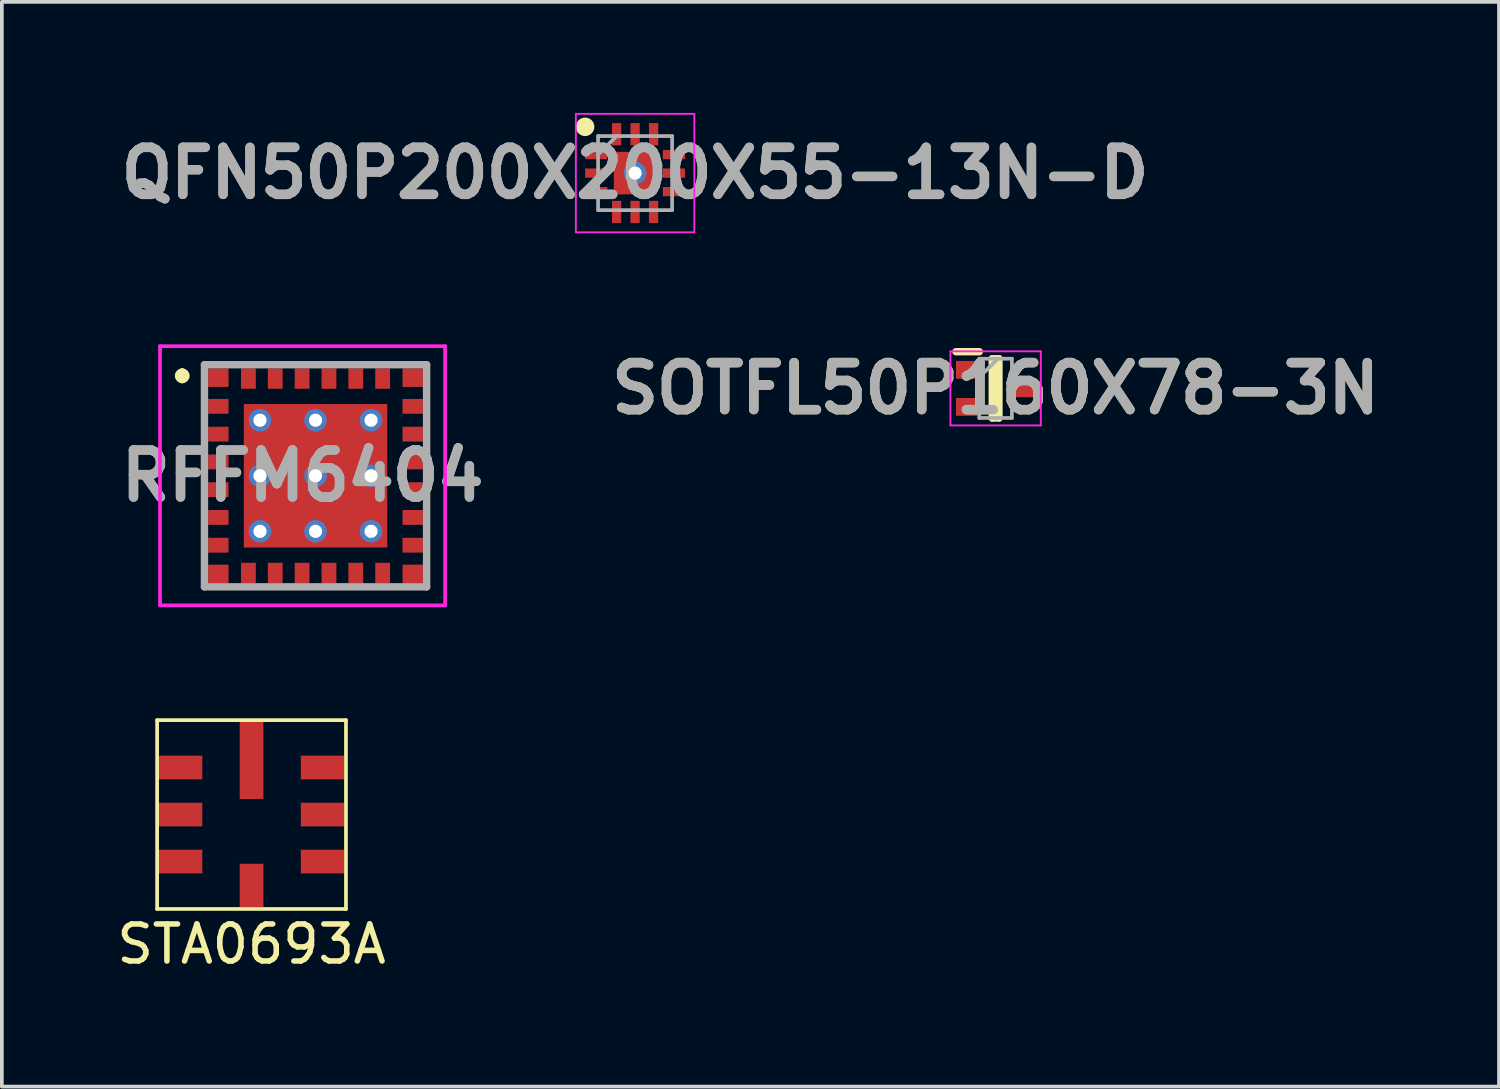
<source format=kicad_pcb>
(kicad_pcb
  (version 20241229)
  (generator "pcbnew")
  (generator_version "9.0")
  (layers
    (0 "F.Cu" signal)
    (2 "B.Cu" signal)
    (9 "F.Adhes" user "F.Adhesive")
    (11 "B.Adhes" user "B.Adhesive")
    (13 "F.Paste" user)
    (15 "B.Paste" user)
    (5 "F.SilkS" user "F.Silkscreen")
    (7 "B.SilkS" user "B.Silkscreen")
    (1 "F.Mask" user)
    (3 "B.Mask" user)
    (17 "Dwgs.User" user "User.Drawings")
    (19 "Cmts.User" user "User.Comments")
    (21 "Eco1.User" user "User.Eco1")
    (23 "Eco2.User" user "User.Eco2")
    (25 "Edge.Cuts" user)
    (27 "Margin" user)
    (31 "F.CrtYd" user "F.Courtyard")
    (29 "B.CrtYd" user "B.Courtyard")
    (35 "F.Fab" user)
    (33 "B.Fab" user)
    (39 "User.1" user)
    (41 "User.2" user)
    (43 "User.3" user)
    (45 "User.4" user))
  (footprint "QFN50P200X200X55-13N-D"
    (layer "F.Cu")
    (at 14.103 1.625)
    (property "Reference" "QFN50P200X200X55-13N-D" (at 0 0 0) (layer "F.Fab") (effects (font (size 1.27 1.27) (thickness 0.254))))
    (attr smd)
    (fp_poly (pts (xy -0.025 0.575) (xy -0.575 0.575) (xy -0.575 0.025)) (stroke (width 0.025) (type solid)) (fill yes) (layer "F.Mask"))
    (fp_poly (pts (xy 0.025 -0.575) (xy 0.575 -0.575) (xy 0.575 -0.025)) (stroke (width 0.025) (type solid)) (fill yes) (layer "F.Mask"))
    (fp_poly (pts (xy 0.575 0.025) (xy 0.575 0.575) (xy 0.025 0.575)) (stroke (width 0.025) (type solid)) (fill yes) (layer "F.Mask"))
    (fp_poly (pts (xy -0.77 -0.125) (xy -1.35 -0.125) (xy -1.35 0.125) (xy -0.77 0.125)) (stroke (width 0.025) (type solid)) (fill yes) (layer "F.Mask"))
    (fp_poly (pts (xy -0.767 -0.375) (xy -1.35 -0.375) (xy -1.35 -0.625) (xy -0.917 -0.625)) (stroke (width 0.025) (type solid)) (fill yes) (layer "F.Mask"))
    (fp_poly (pts (xy -0.767 0.375) (xy -1.35 0.375) (xy -1.35 0.625) (xy -0.917 0.625)) (stroke (width 0.025) (type solid)) (fill yes) (layer "F.Mask"))
    (fp_poly (pts (xy -0.375 -0.767) (xy -0.375 -1.35) (xy -0.625 -1.35) (xy -0.625 -0.917)) (stroke (width 0.025) (type solid)) (fill yes) (layer "F.Mask"))
    (fp_poly (pts (xy -0.375 0.775) (xy -0.375 1.358) (xy -0.625 1.358) (xy -0.625 0.925)) (stroke (width 0.025) (type solid)) (fill yes) (layer "F.Mask"))
    (fp_poly (pts (xy 0.125 -0.77) (xy 0.125 -1.35) (xy -0.125 -1.35) (xy -0.125 -0.77)) (stroke (width 0.025) (type solid)) (fill yes) (layer "F.Mask"))
    (fp_poly (pts (xy 0.125 1.355) (xy 0.125 0.775) (xy -0.125 0.775) (xy -0.125 1.355)) (stroke (width 0.025) (type solid)) (fill yes) (layer "F.Mask"))
    (fp_poly (pts (xy 0.375 -0.767) (xy 0.375 -1.35) (xy 0.625 -1.35) (xy 0.625 -0.917)) (stroke (width 0.025) (type solid)) (fill yes) (layer "F.Mask"))
    (fp_poly (pts (xy 0.375 0.775) (xy 0.375 1.358) (xy 0.625 1.358) (xy 0.625 0.925)) (stroke (width 0.025) (type solid)) (fill yes) (layer "F.Mask"))
    (fp_poly (pts (xy 0.767 -0.375) (xy 1.35 -0.375) (xy 1.35 -0.625) (xy 0.917 -0.625)) (stroke (width 0.025) (type solid)) (fill yes) (layer "F.Mask"))
    (fp_poly (pts (xy 0.767 0.375) (xy 1.35 0.375) (xy 1.35 0.625) (xy 0.917 0.625)) (stroke (width 0.025) (type solid)) (fill yes) (layer "F.Mask"))
    (fp_poly (pts (xy 1.35 -0.125) (xy 0.77 -0.125) (xy 0.77 0.125) (xy 1.35 0.125)) (stroke (width 0.025) (type solid)) (fill yes) (layer "F.Mask"))
    (fp_circle (center -1.35 -1.25) (end -1.35 -1.125) (stroke (width 0.25) (type solid)) (fill no) (layer "F.SilkS"))
    (fp_poly (pts (xy -0.025 0.575) (xy -0.575 0.575) (xy -0.575 0.025)) (stroke (width 0.025) (type solid)) (fill yes) (layer "F.Paste"))
    (fp_poly (pts (xy 0.025 -0.575) (xy 0.575 -0.575) (xy 0.575 -0.025)) (stroke (width 0.025) (type solid)) (fill yes) (layer "F.Paste"))
    (fp_poly (pts (xy 0.575 0.025) (xy 0.575 0.575) (xy 0.025 0.575)) (stroke (width 0.025) (type solid)) (fill yes) (layer "F.Paste"))
    (fp_poly (pts (xy -0.77 -0.125) (xy -1.35 -0.125) (xy -1.35 0.125) (xy -0.77 0.125)) (stroke (width 0.025) (type solid)) (fill yes) (layer "F.Paste"))
    (fp_poly (pts (xy -0.767 -0.375) (xy -1.35 -0.375) (xy -1.35 -0.625) (xy -0.917 -0.625)) (stroke (width 0.025) (type solid)) (fill yes) (layer "F.Paste"))
    (fp_poly (pts (xy -0.767 0.375) (xy -1.35 0.375) (xy -1.35 0.625) (xy -0.917 0.625)) (stroke (width 0.025) (type solid)) (fill yes) (layer "F.Paste"))
    (fp_poly (pts (xy -0.375 -0.767) (xy -0.375 -1.35) (xy -0.625 -1.35) (xy -0.625 -0.917)) (stroke (width 0.025) (type solid)) (fill yes) (layer "F.Paste"))
    (fp_poly (pts (xy -0.375 0.775) (xy -0.375 1.358) (xy -0.625 1.358) (xy -0.625 0.925)) (stroke (width 0.025) (type solid)) (fill yes) (layer "F.Paste"))
    (fp_poly (pts (xy 0.125 -0.77) (xy 0.125 -1.35) (xy -0.125 -1.35) (xy -0.125 -0.77)) (stroke (width 0.025) (type solid)) (fill yes) (layer "F.Paste"))
    (fp_poly (pts (xy 0.125 1.355) (xy 0.125 0.775) (xy -0.125 0.775) (xy -0.125 1.355)) (stroke (width 0.025) (type solid)) (fill yes) (layer "F.Paste"))
    (fp_poly (pts (xy 0.375 -0.767) (xy 0.375 -1.35) (xy 0.625 -1.35) (xy 0.625 -0.917)) (stroke (width 0.025) (type solid)) (fill yes) (layer "F.Paste"))
    (fp_poly (pts (xy 0.375 0.775) (xy 0.375 1.358) (xy 0.625 1.358) (xy 0.625 0.925)) (stroke (width 0.025) (type solid)) (fill yes) (layer "F.Paste"))
    (fp_poly (pts (xy 0.767 -0.375) (xy 1.35 -0.375) (xy 1.35 -0.625) (xy 0.917 -0.625)) (stroke (width 0.025) (type solid)) (fill yes) (layer "F.Paste"))
    (fp_poly (pts (xy 0.767 0.375) (xy 1.35 0.375) (xy 1.35 0.625) (xy 0.917 0.625)) (stroke (width 0.025) (type solid)) (fill yes) (layer "F.Paste"))
    (fp_poly (pts (xy 1.35 -0.125) (xy 0.77 -0.125) (xy 0.77 0.125) (xy 1.35 0.125)) (stroke (width 0.025) (type solid)) (fill yes) (layer "F.Paste"))
    (fp_line (start -1.6 -1.6) (end 1.6 -1.6) (stroke (width 0.05) (type solid)) (layer "F.CrtYd"))
    (fp_line (start -1.6 1.6) (end -1.6 -1.6) (stroke (width 0.05) (type solid)) (layer "F.CrtYd"))
    (fp_line (start 1.6 -1.6) (end 1.6 1.6) (stroke (width 0.05) (type solid)) (layer "F.CrtYd"))
    (fp_line (start 1.6 1.6) (end -1.6 1.6) (stroke (width 0.05) (type solid)) (layer "F.CrtYd"))
    (fp_line (start -1 -1) (end 1 -1) (stroke (width 0.1) (type solid)) (layer "F.Fab"))
    (fp_line (start -1 -0.5) (end -0.5 -1) (stroke (width 0.1) (type solid)) (layer "F.Fab"))
    (fp_line (start -1 1) (end -1 -1) (stroke (width 0.1) (type solid)) (layer "F.Fab"))
    (fp_line (start 1 -1) (end 1 1) (stroke (width 0.1) (type solid)) (layer "F.Fab"))
    (fp_line (start 1 1) (end -1 1) (stroke (width 0.1) (type solid)) (layer "F.Fab"))
    (fp_text user "${REFERENCE}" (at 0 0 0) (layer "F.Fab") (effects (font (size 1.27 1.27) (thickness 0.254))))
    (pad "1" smd rect (at -1.05 -0.5 90) (size 0.25 0.6) (layers "F.Cu"))
    (pad "2" smd rect (at -1.05 0 90) (size 0.25 0.6) (layers "F.Cu"))
    (pad "3" smd rect (at -1.05 0.5 90) (size 0.25 0.6) (layers "F.Cu"))
    (pad "4" smd rect (at -0.5 1.05) (size 0.25 0.6) (layers "F.Cu"))
    (pad "5" smd rect (at 0 1.05) (size 0.25 0.6) (layers "F.Cu"))
    (pad "6" smd rect (at 0.5 1.05) (size 0.25 0.6) (layers "F.Cu"))
    (pad "7" smd rect (at 1.05 0.5 90) (size 0.25 0.6) (layers "F.Cu"))
    (pad "8" smd rect (at 1.05 0 90) (size 0.25 0.6) (layers "F.Cu"))
    (pad "9" smd rect (at 1.05 -0.5 90) (size 0.25 0.6) (layers "F.Cu"))
    (pad "10" smd rect (at 0.5 -1.05) (size 0.25 0.6) (layers "F.Cu"))
    (pad "11" smd rect (at 0 -1.05) (size 0.25 0.6) (layers "F.Cu"))
    (pad "12" smd rect (at -0.5 -1.05) (size 0.25 0.6) (layers "F.Cu"))
    (pad "13" thru_hole circle (at 0 0) (size 0.61 0.61) (drill 0.356) (layers "*.Cu" "B.Mask"))
    (pad "13" smd rect (at 0 0) (size 1.15 1.15) (layers "F.Cu")))
  (footprint "SOTFL50P160X78-3N"
    (layer "F.Cu")
    (at 23.84 7.439)
    (property "Reference" "SOTFL50P160X78-3N" (at 0 0 0) (layer "F.SilkS") (effects (font (size 1.27 1.27) (thickness 0.254))))
    (attr smd)
    (fp_line (start -1.07 -0.99) (end -0.44 -0.99) (stroke (width 0.2) (type solid)) (layer "F.SilkS"))
    (fp_line (start -0.09 -0.8) (end 0.09 -0.8) (stroke (width 0.2) (type solid)) (layer "F.SilkS"))
    (fp_line (start -0.09 0.8) (end -0.09 -0.8) (stroke (width 0.2) (type solid)) (layer "F.SilkS"))
    (fp_line (start 0.09 -0.8) (end 0.09 0.8) (stroke (width 0.2) (type solid)) (layer "F.SilkS"))
    (fp_line (start 0.09 0.8) (end -0.09 0.8) (stroke (width 0.2) (type solid)) (layer "F.SilkS"))
    (fp_line (start -1.22 -1) (end 1.22 -1) (stroke (width 0.05) (type solid)) (layer "F.CrtYd"))
    (fp_line (start -1.22 1) (end -1.22 -1) (stroke (width 0.05) (type solid)) (layer "F.CrtYd"))
    (fp_line (start 1.22 -1) (end 1.22 1) (stroke (width 0.05) (type solid)) (layer "F.CrtYd"))
    (fp_line (start 1.22 1) (end -1.22 1) (stroke (width 0.05) (type solid)) (layer "F.CrtYd"))
    (fp_line (start -0.44 -0.8) (end 0.44 -0.8) (stroke (width 0.1) (type solid)) (layer "F.Fab"))
    (fp_line (start -0.44 -0.3) (end 0.06 -0.8) (stroke (width 0.1) (type solid)) (layer "F.Fab"))
    (fp_line (start -0.44 0.8) (end -0.44 -0.8) (stroke (width 0.1) (type solid)) (layer "F.Fab"))
    (fp_line (start 0.44 -0.8) (end 0.44 0.8) (stroke (width 0.1) (type solid)) (layer "F.Fab"))
    (fp_line (start 0.44 0.8) (end -0.44 0.8) (stroke (width 0.1) (type solid)) (layer "F.Fab"))
    (fp_text user "${REFERENCE}" (at 0 0 0) (layer "F.Fab") (effects (font (size 1.27 1.27) (thickness 0.254))))
    (pad "1" smd rect (at -0.755 -0.5 90) (size 0.48 0.63) (layers "F.Cu" "F.Mask" "F.Paste"))
    (pad "2" smd rect (at -0.755 0.5 90) (size 0.48 0.63) (layers "F.Cu" "F.Mask" "F.Paste"))
    (pad "3" smd rect (at 0.755 0 90) (size 0.48 0.63) (layers "F.Cu" "F.Mask" "F.Paste")))
  (footprint "RFFM6404"
    (layer "F.Cu")
    (at 5.472 9.8)
    (property "Reference" "RFFM6404" (at -0.35 0 0) (layer "F.Fab") (effects (font (size 1.27 1.27) (thickness 0.254))))
    (attr smd)
    (fp_line (start -1.5 -0.75) (end 1.5 -0.75) (stroke (width 0.6) (type solid)) (layer "F.Mask"))
    (fp_line (start -1.5 0.75) (end 1.5 0.75) (stroke (width 0.6) (type solid)) (layer "F.Mask"))
    (fp_line (start -0.75 -1.5) (end -0.75 1.5) (stroke (width 0.6) (type solid)) (layer "F.Mask"))
    (fp_line (start 0.75 -1.5) (end 0.75 1.5) (stroke (width 0.6) (type solid)) (layer "F.Mask"))
    (fp_line (start -3.6 -2.8) (end -3.6 -2.8) (stroke (width 0.2) (type solid)) (layer "F.SilkS"))
    (fp_line (start -3.6 -2.6) (end -3.6 -2.6) (stroke (width 0.2) (type solid)) (layer "F.SilkS"))
    (fp_arc (start -3.6 -2.8) (mid -3.5 -2.7) (end -3.6 -2.6) (stroke (width 0.2) (type solid)) (layer "F.SilkS"))
    (fp_arc (start -3.6 -2.6) (mid -3.7 -2.7) (end -3.6 -2.8) (stroke (width 0.2) (type solid)) (layer "F.SilkS"))
    (fp_line (start -4.2 -3.5) (end 3.5 -3.5) (stroke (width 0.1) (type solid)) (layer "F.CrtYd"))
    (fp_line (start -4.2 3.5) (end -4.2 -3.5) (stroke (width 0.1) (type solid)) (layer "F.CrtYd"))
    (fp_line (start 3.5 -3.5) (end 3.5 3.5) (stroke (width 0.1) (type solid)) (layer "F.CrtYd"))
    (fp_line (start 3.5 3.5) (end -4.2 3.5) (stroke (width 0.1) (type solid)) (layer "F.CrtYd"))
    (fp_line (start -3 -3) (end 3 -3) (stroke (width 0.2) (type solid)) (layer "F.Fab"))
    (fp_line (start -3 3) (end -3 -3) (stroke (width 0.2) (type solid)) (layer "F.Fab"))
    (fp_line (start 3 -3) (end 3 3) (stroke (width 0.2) (type solid)) (layer "F.Fab"))
    (fp_line (start 3 3) (end -3 3) (stroke (width 0.2) (type solid)) (layer "F.Fab"))
    (fp_text user "${REFERENCE}" (at -0.35 0 0) (layer "F.Fab") (effects (font (size 1.27 1.27) (thickness 0.254))))
    (pad "1" smd rect (at -2.625 -2.65 90) (size 0.5 0.55) (layers "F.Cu" "F.Mask" "F.Paste"))
    (pad "2" smd rect (at -2.625 -1.875 90) (size 0.4 0.55) (layers "F.Cu" "F.Mask" "F.Paste"))
    (pad "3" smd rect (at -2.625 -1.125 90) (size 0.4 0.55) (layers "F.Cu" "F.Mask" "F.Paste"))
    (pad "4" smd rect (at -2.625 -0.375 90) (size 0.4 0.55) (layers "F.Cu" "F.Mask" "F.Paste"))
    (pad "5" smd rect (at -2.625 0.375 90) (size 0.4 0.55) (layers "F.Cu" "F.Mask" "F.Paste"))
    (pad "6" smd rect (at -2.625 1.125 90) (size 0.4 0.55) (layers "F.Cu" "F.Mask" "F.Paste"))
    (pad "7" smd rect (at -2.625 1.875 90) (size 0.4 0.55) (layers "F.Cu" "F.Mask" "F.Paste"))
    (pad "8" smd rect (at -2.625 2.65 90) (size 0.5 0.55) (layers "F.Cu" "F.Mask" "F.Paste"))
    (pad "9" smd rect (at -1.813 2.625) (size 0.4 0.55) (layers "F.Cu" "F.Mask" "F.Paste"))
    (pad "10" smd rect (at -1.088 2.625) (size 0.4 0.55) (layers "F.Cu" "F.Mask" "F.Paste"))
    (pad "11" smd rect (at -0.363 2.625) (size 0.4 0.55) (layers "F.Cu" "F.Mask" "F.Paste"))
    (pad "12" smd rect (at 0.363 2.625) (size 0.4 0.55) (layers "F.Cu" "F.Mask" "F.Paste"))
    (pad "13" smd rect (at 1.088 2.625) (size 0.4 0.55) (layers "F.Cu" "F.Mask" "F.Paste"))
    (pad "14" smd rect (at 1.813 2.625) (size 0.4 0.55) (layers "F.Cu" "F.Mask" "F.Paste"))
    (pad "15" smd rect (at 2.625 2.65 90) (size 0.5 0.55) (layers "F.Cu" "F.Mask" "F.Paste"))
    (pad "16" smd rect (at 2.625 1.875 90) (size 0.4 0.55) (layers "F.Cu" "F.Mask" "F.Paste"))
    (pad "17" smd rect (at 2.625 1.125 90) (size 0.4 0.55) (layers "F.Cu" "F.Mask" "F.Paste"))
    (pad "18" smd rect (at 2.625 0.375 90) (size 0.4 0.55) (layers "F.Cu" "F.Mask" "F.Paste"))
    (pad "19" smd rect (at 2.625 -0.375 90) (size 0.4 0.55) (layers "F.Cu" "F.Mask" "F.Paste"))
    (pad "20" smd rect (at 2.625 -1.125 90) (size 0.4 0.55) (layers "F.Cu" "F.Mask" "F.Paste"))
    (pad "21" smd rect (at 2.625 -1.875 90) (size 0.4 0.55) (layers "F.Cu" "F.Mask" "F.Paste"))
    (pad "22" smd rect (at 2.625 -2.65 90) (size 0.5 0.55) (layers "F.Cu" "F.Mask" "F.Paste"))
    (pad "23" smd rect (at 1.813 -2.625) (size 0.4 0.55) (layers "F.Cu" "F.Mask" "F.Paste"))
    (pad "24" smd rect (at 1.088 -2.625) (size 0.4 0.55) (layers "F.Cu" "F.Mask" "F.Paste"))
    (pad "25" smd rect (at 0.363 -2.625) (size 0.4 0.55) (layers "F.Cu" "F.Mask" "F.Paste"))
    (pad "26" smd rect (at -0.363 -2.625) (size 0.4 0.55) (layers "F.Cu" "F.Mask" "F.Paste"))
    (pad "27" smd rect (at -1.088 -2.625) (size 0.4 0.55) (layers "F.Cu" "F.Mask" "F.Paste"))
    (pad "28" smd rect (at -1.813 -2.625) (size 0.4 0.55) (layers "F.Cu" "F.Mask" "F.Paste"))
    (pad "29" thru_hole circle (at -1.5 -1.5) (size 0.61 0.61) (drill 0.356) (layers "*.Cu" "B.Mask"))
    (pad "29" thru_hole circle (at -1.5 0) (size 0.61 0.61) (drill 0.356) (layers "*.Cu" "B.Mask"))
    (pad "29" thru_hole circle (at -1.5 1.5) (size 0.61 0.61) (drill 0.356) (layers "*.Cu" "B.Mask"))
    (pad "29" thru_hole circle (at 0 -1.5) (size 0.61 0.61) (drill 0.356) (layers "*.Cu" "B.Mask"))
    (pad "29" thru_hole circle (at 0 0) (size 0.61 0.61) (drill 0.356) (layers "*.Cu" "B.Mask"))
    (pad "29" smd rect (at 0 0 90) (size 3.875 3.875) (layers "F.Cu"))
    (pad "29" thru_hole circle (at 0 1.5) (size 0.61 0.61) (drill 0.356) (layers "*.Cu" "B.Mask"))
    (pad "29" thru_hole circle (at 1.5 -1.5) (size 0.61 0.61) (drill 0.356) (layers "*.Cu" "B.Mask"))
    (pad "29" thru_hole circle (at 1.5 0) (size 0.61 0.61) (drill 0.356) (layers "*.Cu" "B.Mask"))
    (pad "29" thru_hole circle (at 1.5 1.5) (size 0.61 0.61) (drill 0.356) (layers "*.Cu" "B.Mask")))
  (footprint "STA0693A"
    (layer "F.Cu")
    (at 3.744 18.95)
    (property "Reference" "STA0693A" (at 0 3.5 0) (layer "F.SilkS") (effects (font (size 1 1) (thickness 0.15))))
    (attr through_hole)
    (fp_line (start -2.55 -2.55) (end 2.55 -2.55) (stroke (width 0.1) (type solid)) (layer "F.SilkS"))
    (fp_line (start -2.55 2.55) (end -2.55 -2.55) (stroke (width 0.1) (type solid)) (layer "F.SilkS"))
    (fp_line (start 2.55 -2.55) (end 2.55 2.55) (stroke (width 0.1) (type solid)) (layer "F.SilkS"))
    (fp_line (start 2.55 2.55) (end -2.55 2.55) (stroke (width 0.1) (type solid)) (layer "F.SilkS"))
    (pad "1" smd rect (at -1.915 -1.27) (size 1.17 0.64) (layers "F.Cu" "F.Mask" "F.Paste"))
    (pad "2" smd rect (at -1.915 0) (size 1.17 0.64) (layers "F.Cu" "F.Mask" "F.Paste"))
    (pad "3" smd rect (at -1.915 1.27) (size 1.17 0.64) (layers "F.Cu" "F.Mask" "F.Paste"))
    (pad "4" smd rect (at 0 1.915) (size 0.64 1.17) (layers "F.Cu" "F.Mask" "F.Paste"))
    (pad "5" smd rect (at 1.915 1.27) (size 1.17 0.64) (layers "F.Cu" "F.Mask" "F.Paste"))
    (pad "6" smd rect (at 1.915 0) (size 1.17 0.64) (layers "F.Cu" "F.Mask" "F.Paste"))
    (pad "7" smd rect (at 1.915 -1.27) (size 1.17 0.64) (layers "F.Cu" "F.Mask" "F.Paste"))
    (pad "8" smd rect (at 0 -1.46) (size 0.64 2.08) (layers "F.Cu" "F.Mask" "F.Paste")))
  (gr_rect
    (start -3 -3)
    (end 37.436 26.298)
    (stroke (width 0.1) (type default))
    (fill no)
    (layer "Edge.Cuts")))
</source>
